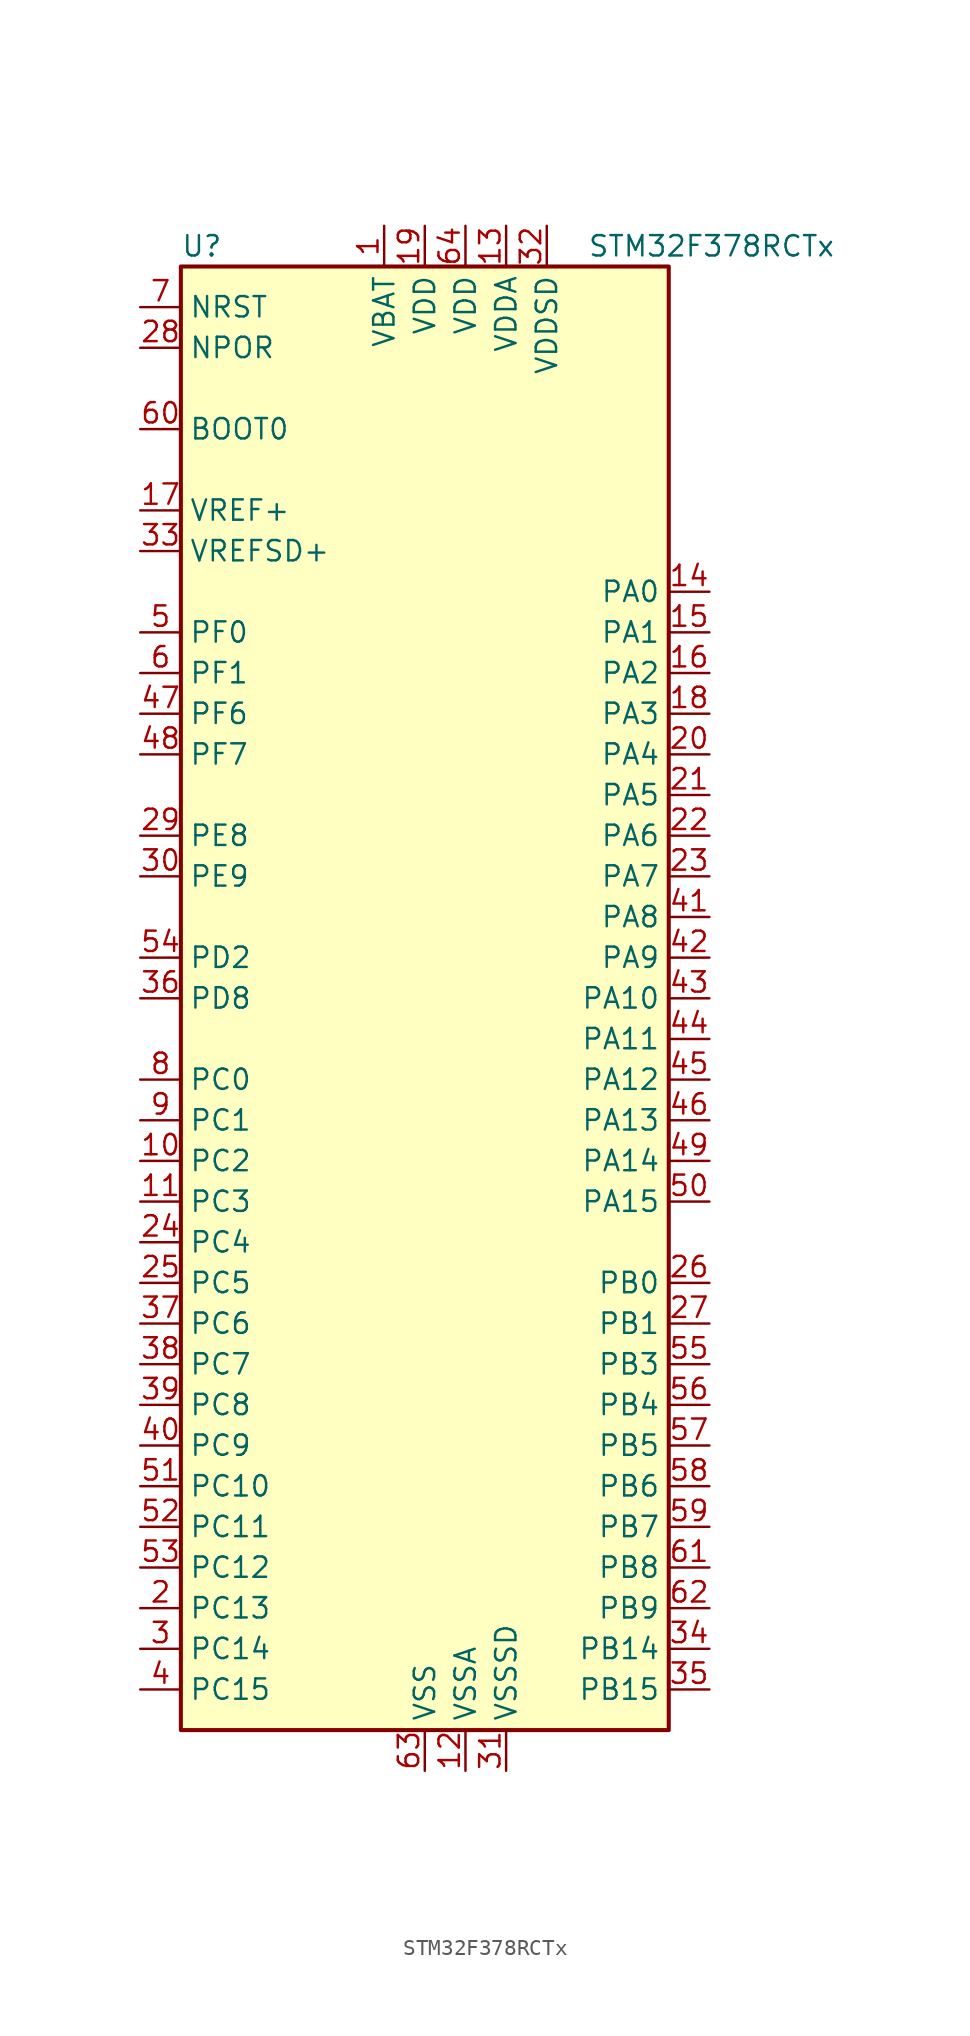
<source format=kicad_sym>
(kicad_symbol_lib
  (version 20211014)
  (generator kicad_symbol_editor)
  (symbol "STM32F378RCTx"
    (property "Reference" "U"
      (at -15.24 46.99 0)
      (effects (font (size 1.27 1.27)) (justify left)))
    (property "Value" "STM32F378RCTx"
      (at 10.16 46.99 0)
      (effects (font (size 1.27 1.27)) (justify left)))
    (symbol "STM32F378RCTx_0_1"
      (rectangle (start -15.24 -45.72) (end 15.24 45.72) (stroke (width 0.254) (type default) (color 0 0 0 0)) (fill (type background))))
    (symbol "STM32F378RCTx_1_1"
      (pin power_in line (at -2.54 48.26 270) (length 2.54) (name "VBAT" (effects (font (size 1.27 1.27)))) (number "1" (effects (font (size 1.27 1.27)))))
      (pin bidirectional line (at -17.78 -10.16 0) (length 2.54) (name "PC2" (effects (font (size 1.27 1.27)))) (number "10" (effects (font (size 1.27 1.27)))))
      (pin bidirectional line (at -17.78 -12.7 0) (length 2.54) (name "PC3" (effects (font (size 1.27 1.27)))) (number "11" (effects (font (size 1.27 1.27)))))
      (pin power_in line (at 2.54 -48.26 90) (length 2.54) (name "VSSA" (effects (font (size 1.27 1.27)))) (number "12" (effects (font (size 1.27 1.27)))))
      (pin power_in line (at 5.08 48.26 270) (length 2.54) (name "VDDA" (effects (font (size 1.27 1.27)))) (number "13" (effects (font (size 1.27 1.27)))))
      (pin bidirectional line (at 17.78 25.4 180) (length 2.54) (name "PA0" (effects (font (size 1.27 1.27)))) (number "14" (effects (font (size 1.27 1.27)))))
      (pin bidirectional line (at 17.78 22.86 180) (length 2.54) (name "PA1" (effects (font (size 1.27 1.27)))) (number "15" (effects (font (size 1.27 1.27)))))
      (pin bidirectional line (at 17.78 20.32 180) (length 2.54) (name "PA2" (effects (font (size 1.27 1.27)))) (number "16" (effects (font (size 1.27 1.27)))))
      (pin power_in line (at -17.78 30.48 0) (length 2.54) (name "VREF+" (effects (font (size 1.27 1.27)))) (number "17" (effects (font (size 1.27 1.27)))))
      (pin bidirectional line (at 17.78 17.78 180) (length 2.54) (name "PA3" (effects (font (size 1.27 1.27)))) (number "18" (effects (font (size 1.27 1.27)))))
      (pin power_in line (at 0 48.26 270) (length 2.54) (name "VDD" (effects (font (size 1.27 1.27)))) (number "19" (effects (font (size 1.27 1.27)))))
      (pin bidirectional line (at -17.78 -38.1 0) (length 2.54) (name "PC13" (effects (font (size 1.27 1.27)))) (number "2" (effects (font (size 1.27 1.27)))))
      (pin bidirectional line (at 17.78 15.24 180) (length 2.54) (name "PA4" (effects (font (size 1.27 1.27)))) (number "20" (effects (font (size 1.27 1.27)))))
      (pin bidirectional line (at 17.78 12.7 180) (length 2.54) (name "PA5" (effects (font (size 1.27 1.27)))) (number "21" (effects (font (size 1.27 1.27)))))
      (pin bidirectional line (at 17.78 10.16 180) (length 2.54) (name "PA6" (effects (font (size 1.27 1.27)))) (number "22" (effects (font (size 1.27 1.27)))))
      (pin bidirectional line (at 17.78 7.62 180) (length 2.54) (name "PA7" (effects (font (size 1.27 1.27)))) (number "23" (effects (font (size 1.27 1.27)))))
      (pin bidirectional line (at -17.78 -15.24 0) (length 2.54) (name "PC4" (effects (font (size 1.27 1.27)))) (number "24" (effects (font (size 1.27 1.27)))))
      (pin bidirectional line (at -17.78 -17.78 0) (length 2.54) (name "PC5" (effects (font (size 1.27 1.27)))) (number "25" (effects (font (size 1.27 1.27)))))
      (pin bidirectional line (at 17.78 -17.78 180) (length 2.54) (name "PB0" (effects (font (size 1.27 1.27)))) (number "26" (effects (font (size 1.27 1.27)))))
      (pin bidirectional line (at 17.78 -20.32 180) (length 2.54) (name "PB1" (effects (font (size 1.27 1.27)))) (number "27" (effects (font (size 1.27 1.27)))))
      (pin input line (at -17.78 40.64 0) (length 2.54) (name "NPOR" (effects (font (size 1.27 1.27)))) (number "28" (effects (font (size 1.27 1.27)))))
      (pin bidirectional line (at -17.78 10.16 0) (length 2.54) (name "PE8" (effects (font (size 1.27 1.27)))) (number "29" (effects (font (size 1.27 1.27)))))
      (pin bidirectional line (at -17.78 -40.64 0) (length 2.54) (name "PC14" (effects (font (size 1.27 1.27)))) (number "3" (effects (font (size 1.27 1.27)))))
      (pin bidirectional line (at -17.78 7.62 0) (length 2.54) (name "PE9" (effects (font (size 1.27 1.27)))) (number "30" (effects (font (size 1.27 1.27)))))
      (pin power_in line (at 5.08 -48.26 90) (length 2.54) (name "VSSSD" (effects (font (size 1.27 1.27)))) (number "31" (effects (font (size 1.27 1.27)))))
      (pin power_in line (at 7.62 48.26 270) (length 2.54) (name "VDDSD" (effects (font (size 1.27 1.27)))) (number "32" (effects (font (size 1.27 1.27)))))
      (pin power_in line (at -17.78 27.94 0) (length 2.54) (name "VREFSD+" (effects (font (size 1.27 1.27)))) (number "33" (effects (font (size 1.27 1.27)))))
      (pin bidirectional line (at 17.78 -40.64 180) (length 2.54) (name "PB14" (effects (font (size 1.27 1.27)))) (number "34" (effects (font (size 1.27 1.27)))))
      (pin bidirectional line (at 17.78 -43.18 180) (length 2.54) (name "PB15" (effects (font (size 1.27 1.27)))) (number "35" (effects (font (size 1.27 1.27)))))
      (pin bidirectional line (at -17.78 0 0) (length 2.54) (name "PD8" (effects (font (size 1.27 1.27)))) (number "36" (effects (font (size 1.27 1.27)))))
      (pin bidirectional line (at -17.78 -20.32 0) (length 2.54) (name "PC6" (effects (font (size 1.27 1.27)))) (number "37" (effects (font (size 1.27 1.27)))))
      (pin bidirectional line (at -17.78 -22.86 0) (length 2.54) (name "PC7" (effects (font (size 1.27 1.27)))) (number "38" (effects (font (size 1.27 1.27)))))
      (pin bidirectional line (at -17.78 -25.4 0) (length 2.54) (name "PC8" (effects (font (size 1.27 1.27)))) (number "39" (effects (font (size 1.27 1.27)))))
      (pin bidirectional line (at -17.78 -43.18 0) (length 2.54) (name "PC15" (effects (font (size 1.27 1.27)))) (number "4" (effects (font (size 1.27 1.27)))))
      (pin bidirectional line (at -17.78 -27.94 0) (length 2.54) (name "PC9" (effects (font (size 1.27 1.27)))) (number "40" (effects (font (size 1.27 1.27)))))
      (pin bidirectional line (at 17.78 5.08 180) (length 2.54) (name "PA8" (effects (font (size 1.27 1.27)))) (number "41" (effects (font (size 1.27 1.27)))))
      (pin bidirectional line (at 17.78 2.54 180) (length 2.54) (name "PA9" (effects (font (size 1.27 1.27)))) (number "42" (effects (font (size 1.27 1.27)))))
      (pin bidirectional line (at 17.78 0 180) (length 2.54) (name "PA10" (effects (font (size 1.27 1.27)))) (number "43" (effects (font (size 1.27 1.27)))))
      (pin bidirectional line (at 17.78 -2.54 180) (length 2.54) (name "PA11" (effects (font (size 1.27 1.27)))) (number "44" (effects (font (size 1.27 1.27)))))
      (pin bidirectional line (at 17.78 -5.08 180) (length 2.54) (name "PA12" (effects (font (size 1.27 1.27)))) (number "45" (effects (font (size 1.27 1.27)))))
      (pin bidirectional line (at 17.78 -7.62 180) (length 2.54) (name "PA13" (effects (font (size 1.27 1.27)))) (number "46" (effects (font (size 1.27 1.27)))))
      (pin bidirectional line (at -17.78 17.78 0) (length 2.54) (name "PF6" (effects (font (size 1.27 1.27)))) (number "47" (effects (font (size 1.27 1.27)))))
      (pin bidirectional line (at -17.78 15.24 0) (length 2.54) (name "PF7" (effects (font (size 1.27 1.27)))) (number "48" (effects (font (size 1.27 1.27)))))
      (pin bidirectional line (at 17.78 -10.16 180) (length 2.54) (name "PA14" (effects (font (size 1.27 1.27)))) (number "49" (effects (font (size 1.27 1.27)))))
      (pin input line (at -17.78 22.86 0) (length 2.54) (name "PF0" (effects (font (size 1.27 1.27)))) (number "5" (effects (font (size 1.27 1.27)))))
      (pin bidirectional line (at 17.78 -12.7 180) (length 2.54) (name "PA15" (effects (font (size 1.27 1.27)))) (number "50" (effects (font (size 1.27 1.27)))))
      (pin bidirectional line (at -17.78 -30.48 0) (length 2.54) (name "PC10" (effects (font (size 1.27 1.27)))) (number "51" (effects (font (size 1.27 1.27)))))
      (pin bidirectional line (at -17.78 -33.02 0) (length 2.54) (name "PC11" (effects (font (size 1.27 1.27)))) (number "52" (effects (font (size 1.27 1.27)))))
      (pin bidirectional line (at -17.78 -35.56 0) (length 2.54) (name "PC12" (effects (font (size 1.27 1.27)))) (number "53" (effects (font (size 1.27 1.27)))))
      (pin bidirectional line (at -17.78 2.54 0) (length 2.54) (name "PD2" (effects (font (size 1.27 1.27)))) (number "54" (effects (font (size 1.27 1.27)))))
      (pin bidirectional line (at 17.78 -22.86 180) (length 2.54) (name "PB3" (effects (font (size 1.27 1.27)))) (number "55" (effects (font (size 1.27 1.27)))))
      (pin bidirectional line (at 17.78 -25.4 180) (length 2.54) (name "PB4" (effects (font (size 1.27 1.27)))) (number "56" (effects (font (size 1.27 1.27)))))
      (pin bidirectional line (at 17.78 -27.94 180) (length 2.54) (name "PB5" (effects (font (size 1.27 1.27)))) (number "57" (effects (font (size 1.27 1.27)))))
      (pin bidirectional line (at 17.78 -30.48 180) (length 2.54) (name "PB6" (effects (font (size 1.27 1.27)))) (number "58" (effects (font (size 1.27 1.27)))))
      (pin bidirectional line (at 17.78 -33.02 180) (length 2.54) (name "PB7" (effects (font (size 1.27 1.27)))) (number "59" (effects (font (size 1.27 1.27)))))
      (pin input line (at -17.78 20.32 0) (length 2.54) (name "PF1" (effects (font (size 1.27 1.27)))) (number "6" (effects (font (size 1.27 1.27)))))
      (pin input line (at -17.78 35.56 0) (length 2.54) (name "BOOT0" (effects (font (size 1.27 1.27)))) (number "60" (effects (font (size 1.27 1.27)))))
      (pin bidirectional line (at 17.78 -35.56 180) (length 2.54) (name "PB8" (effects (font (size 1.27 1.27)))) (number "61" (effects (font (size 1.27 1.27)))))
      (pin bidirectional line (at 17.78 -38.1 180) (length 2.54) (name "PB9" (effects (font (size 1.27 1.27)))) (number "62" (effects (font (size 1.27 1.27)))))
      (pin power_in line (at 0 -48.26 90) (length 2.54) (name "VSS" (effects (font (size 1.27 1.27)))) (number "63" (effects (font (size 1.27 1.27)))))
      (pin power_in line (at 2.54 48.26 270) (length 2.54) (name "VDD" (effects (font (size 1.27 1.27)))) (number "64" (effects (font (size 1.27 1.27)))))
      (pin input line (at -17.78 43.18 0) (length 2.54) (name "NRST" (effects (font (size 1.27 1.27)))) (number "7" (effects (font (size 1.27 1.27)))))
      (pin bidirectional line (at -17.78 -5.08 0) (length 2.54) (name "PC0" (effects (font (size 1.27 1.27)))) (number "8" (effects (font (size 1.27 1.27)))))
      (pin bidirectional line (at -17.78 -7.62 0) (length 2.54) (name "PC1" (effects (font (size 1.27 1.27)))) (number "9" (effects (font (size 1.27 1.27))))))))
</source>
